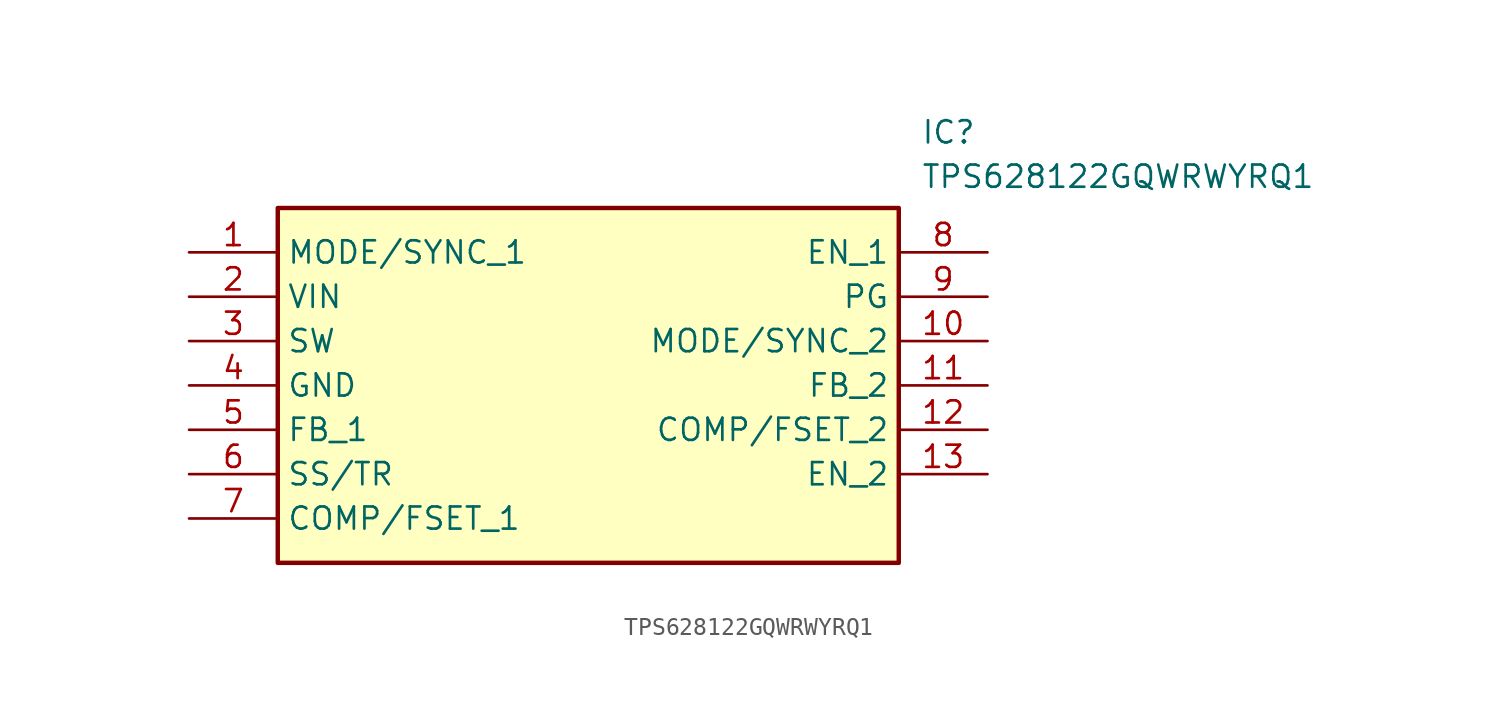
<source format=kicad_sym>
(kicad_symbol_lib
  (version 20211014)
  (generator SamacSys_ECAD_Model)
  (symbol "TPS628122GQWRWYRQ1"
    (property "Reference" "IC"
      (at 41.91 7.62 0)
      (effects (font (size 1.27 1.27)) (justify left top)))
    (property "Value" "TPS628122GQWRWYRQ1"
      (at 41.91 5.08 0)
      (effects (font (size 1.27 1.27)) (justify left top)))
    (rectangle
      (start 5.08 2.54)
      (end 40.64 -17.78)
      (stroke (width 0.254) (type default))
      (fill (type background)))
    (pin passive line
      (at 0 0 0)
      (length 5.08)
      (name "MODE/SYNC_1" (effects (font (size 1.27 1.27))))
      (number "1" (effects (font (size 1.27 1.27)))))
    (pin passive line
      (at 0 -2.54 0)
      (length 5.08)
      (name "VIN" (effects (font (size 1.27 1.27))))
      (number "2" (effects (font (size 1.27 1.27)))))
    (pin passive line
      (at 0 -5.08 0)
      (length 5.08)
      (name "SW" (effects (font (size 1.27 1.27))))
      (number "3" (effects (font (size 1.27 1.27)))))
    (pin passive line
      (at 0 -7.62 0)
      (length 5.08)
      (name "GND" (effects (font (size 1.27 1.27))))
      (number "4" (effects (font (size 1.27 1.27)))))
    (pin passive line
      (at 0 -10.16 0)
      (length 5.08)
      (name "FB_1" (effects (font (size 1.27 1.27))))
      (number "5" (effects (font (size 1.27 1.27)))))
    (pin passive line
      (at 0 -12.7 0)
      (length 5.08)
      (name "SS/TR" (effects (font (size 1.27 1.27))))
      (number "6" (effects (font (size 1.27 1.27)))))
    (pin passive line
      (at 0 -15.24 0)
      (length 5.08)
      (name "COMP/FSET_1" (effects (font (size 1.27 1.27))))
      (number "7" (effects (font (size 1.27 1.27)))))
    (pin passive line
      (at 45.72 0 180)
      (length 5.08)
      (name "EN_1" (effects (font (size 1.27 1.27))))
      (number "8" (effects (font (size 1.27 1.27)))))
    (pin passive line
      (at 45.72 -2.54 180)
      (length 5.08)
      (name "PG" (effects (font (size 1.27 1.27))))
      (number "9" (effects (font (size 1.27 1.27)))))
    (pin passive line
      (at 45.72 -5.08 180)
      (length 5.08)
      (name "MODE/SYNC_2" (effects (font (size 1.27 1.27))))
      (number "10" (effects (font (size 1.27 1.27)))))
    (pin passive line
      (at 45.72 -7.62 180)
      (length 5.08)
      (name "FB_2" (effects (font (size 1.27 1.27))))
      (number "11" (effects (font (size 1.27 1.27)))))
    (pin passive line
      (at 45.72 -10.16 180)
      (length 5.08)
      (name "COMP/FSET_2" (effects (font (size 1.27 1.27))))
      (number "12" (effects (font (size 1.27 1.27)))))
    (pin passive line
      (at 45.72 -12.7 180)
      (length 5.08)
      (name "EN_2" (effects (font (size 1.27 1.27))))
      (number "13" (effects (font (size 1.27 1.27)))))))
</source>
